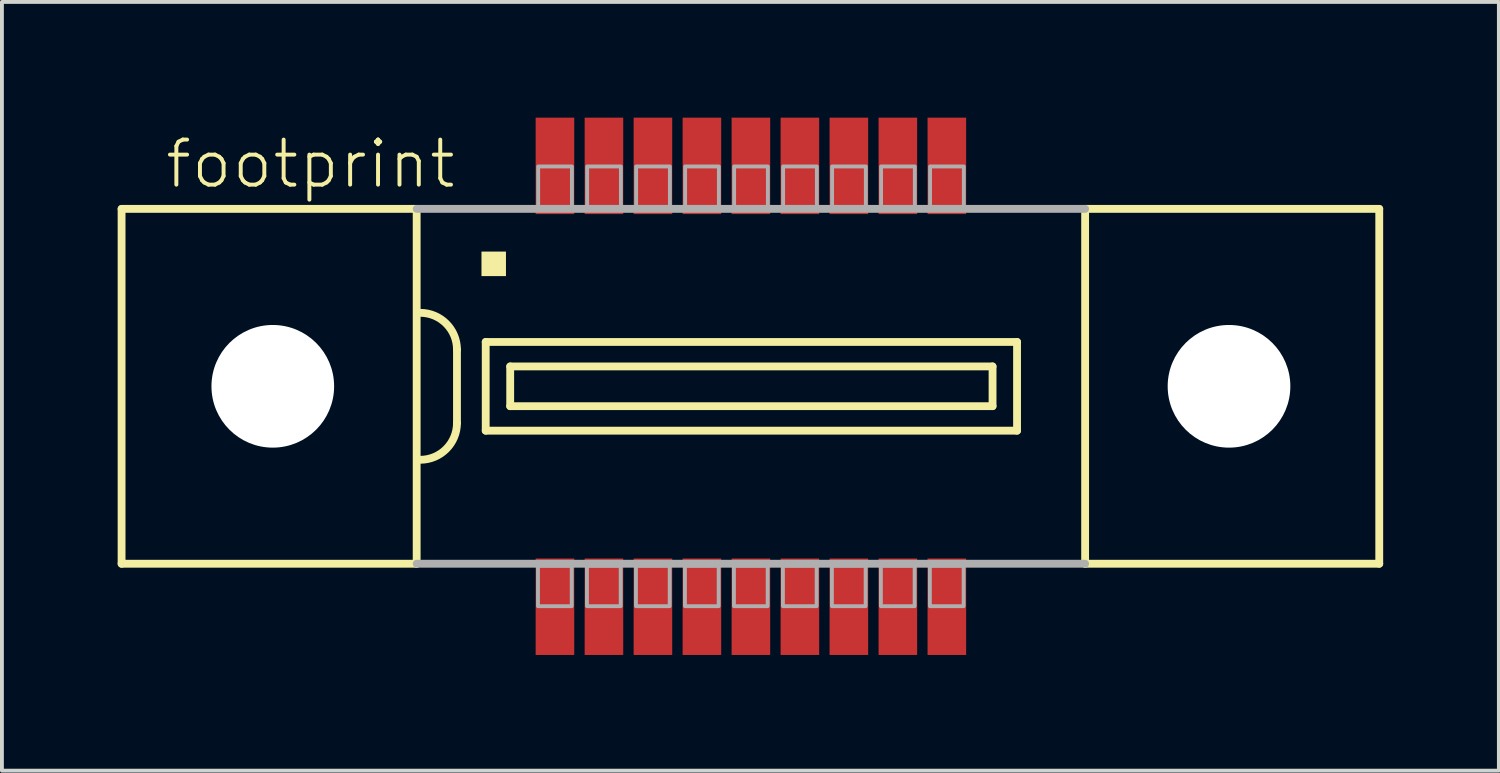
<source format=kicad_pcb>
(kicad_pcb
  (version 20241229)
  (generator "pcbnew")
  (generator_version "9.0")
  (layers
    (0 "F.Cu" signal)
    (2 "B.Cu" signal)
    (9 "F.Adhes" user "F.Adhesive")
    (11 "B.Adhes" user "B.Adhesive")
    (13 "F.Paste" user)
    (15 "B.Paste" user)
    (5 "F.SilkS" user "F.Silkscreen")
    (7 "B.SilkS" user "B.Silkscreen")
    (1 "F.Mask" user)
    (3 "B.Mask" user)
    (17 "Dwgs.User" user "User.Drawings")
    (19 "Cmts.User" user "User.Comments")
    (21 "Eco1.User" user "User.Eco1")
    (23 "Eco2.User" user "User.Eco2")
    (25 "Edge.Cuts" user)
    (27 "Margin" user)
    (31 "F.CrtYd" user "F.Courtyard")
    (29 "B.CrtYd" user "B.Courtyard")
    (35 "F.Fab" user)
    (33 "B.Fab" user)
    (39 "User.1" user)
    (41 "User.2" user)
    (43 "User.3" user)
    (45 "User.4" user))
  (footprint "footprint"
    (layer "F.Cu")
    (at 16.417 6.965)
    (property "Reference" "footprint" (at -15.24 -5.08 0) (layer "F.SilkS") (effects (font (size 1.168 1.168) (thickness 0.102)) (justify left bottom)))
    (fp_line (start -16.315 -4.6) (end -16.315 4.6) (stroke (width 0.203) (type solid)) (layer "F.SilkS"))
    (fp_line (start -16.315 4.6) (end -8.665 4.6) (stroke (width 0.203) (type solid)) (layer "F.SilkS"))
    (fp_line (start -8.665 -4.6) (end -16.315 -4.6) (stroke (width 0.203) (type solid)) (layer "F.SilkS"))
    (fp_line (start -8.665 -4.6) (end -8.665 4.6) (stroke (width 0.203) (type solid)) (layer "F.SilkS"))
    (fp_line (start -7.62 -0.953) (end -7.62 0.953) (stroke (width 0.203) (type solid)) (layer "F.SilkS"))
    (fp_line (start -6.875 -1.15) (end -6.875 1.15) (stroke (width 0.203) (type solid)) (layer "F.SilkS"))
    (fp_line (start -6.875 1.15) (end 6.9 1.15) (stroke (width 0.203) (type solid)) (layer "F.SilkS"))
    (fp_line (start -6.24 -0.515) (end -6.24 0.515) (stroke (width 0.203) (type solid)) (layer "F.SilkS"))
    (fp_line (start -6.24 0.515) (end 6.265 0.515) (stroke (width 0.203) (type solid)) (layer "F.SilkS"))
    (fp_line (start 6.265 -0.515) (end -6.24 -0.515) (stroke (width 0.203) (type solid)) (layer "F.SilkS"))
    (fp_line (start 6.265 0.515) (end 6.265 -0.515) (stroke (width 0.203) (type solid)) (layer "F.SilkS"))
    (fp_line (start 6.9 -1.15) (end -6.875 -1.15) (stroke (width 0.203) (type solid)) (layer "F.SilkS"))
    (fp_line (start 6.9 1.15) (end 6.9 -1.15) (stroke (width 0.203) (type solid)) (layer "F.SilkS"))
    (fp_line (start 8.665 4.6) (end 8.665 -4.6) (stroke (width 0.203) (type solid)) (layer "F.SilkS"))
    (fp_line (start 8.665 4.6) (end 16.29 4.6) (stroke (width 0.203) (type solid)) (layer "F.SilkS"))
    (fp_line (start 16.29 -4.6) (end 8.665 -4.6) (stroke (width 0.203) (type solid)) (layer "F.SilkS"))
    (fp_line (start 16.29 4.6) (end 16.29 -4.6) (stroke (width 0.203) (type solid)) (layer "F.SilkS"))
    (fp_arc (start -8.5725 -1.905) (mid -7.898981 -1.626019) (end -7.62 -0.9525) (stroke (width 0.2032) (type solid)) (layer "F.SilkS"))
    (fp_arc (start -7.62 0.9525) (mid -7.89901 1.625989) (end -8.572499 1.904999) (stroke (width 0.2032) (type solid)) (layer "F.SilkS"))
    (fp_poly (pts (xy -6.985 -2.857) (xy -6.35 -2.857) (xy -6.35 -3.493) (xy -6.985 -3.493)) (stroke (width 0) (type solid)) (fill yes) (layer "F.SilkS"))
    (fp_line (start -8.665 4.6) (end 8.665 4.6) (stroke (width 0.203) (type solid)) (layer "F.Fab"))
    (fp_line (start 8.665 -4.6) (end -8.665 -4.6) (stroke (width 0.203) (type solid)) (layer "F.Fab"))
    (fp_poly (pts (xy -5.515 -4.65) (xy -4.64 -4.65) (xy -4.64 -5.7) (xy -5.515 -5.7)) (stroke (width 0.1) (type solid)) (fill no) (layer "F.Fab"))
    (fp_poly (pts (xy -4.645 4.65) (xy -5.52 4.65) (xy -5.52 5.7) (xy -4.645 5.7)) (stroke (width 0.1) (type solid)) (fill no) (layer "F.Fab"))
    (fp_poly (pts (xy -4.245 -4.65) (xy -3.37 -4.65) (xy -3.37 -5.7) (xy -4.245 -5.7)) (stroke (width 0.1) (type solid)) (fill no) (layer "F.Fab"))
    (fp_poly (pts (xy -3.375 4.65) (xy -4.25 4.65) (xy -4.25 5.7) (xy -3.375 5.7)) (stroke (width 0.1) (type solid)) (fill no) (layer "F.Fab"))
    (fp_poly (pts (xy -2.975 -4.65) (xy -2.1 -4.65) (xy -2.1 -5.7) (xy -2.975 -5.7)) (stroke (width 0.1) (type solid)) (fill no) (layer "F.Fab"))
    (fp_poly (pts (xy -2.105 4.65) (xy -2.98 4.65) (xy -2.98 5.7) (xy -2.105 5.7)) (stroke (width 0.1) (type solid)) (fill no) (layer "F.Fab"))
    (fp_poly (pts (xy -1.705 -4.65) (xy -0.83 -4.65) (xy -0.83 -5.7) (xy -1.705 -5.7)) (stroke (width 0.1) (type solid)) (fill no) (layer "F.Fab"))
    (fp_poly (pts (xy -0.835 4.65) (xy -1.71 4.65) (xy -1.71 5.7) (xy -0.835 5.7)) (stroke (width 0.1) (type solid)) (fill no) (layer "F.Fab"))
    (fp_poly (pts (xy -0.435 -4.65) (xy 0.44 -4.65) (xy 0.44 -5.7) (xy -0.435 -5.7)) (stroke (width 0.1) (type solid)) (fill no) (layer "F.Fab"))
    (fp_poly (pts (xy 0.435 4.65) (xy -0.44 4.65) (xy -0.44 5.7) (xy 0.435 5.7)) (stroke (width 0.1) (type solid)) (fill no) (layer "F.Fab"))
    (fp_poly (pts (xy 0.835 -4.65) (xy 1.71 -4.65) (xy 1.71 -5.7) (xy 0.835 -5.7)) (stroke (width 0.1) (type solid)) (fill no) (layer "F.Fab"))
    (fp_poly (pts (xy 1.705 4.65) (xy 0.83 4.65) (xy 0.83 5.7) (xy 1.705 5.7)) (stroke (width 0.1) (type solid)) (fill no) (layer "F.Fab"))
    (fp_poly (pts (xy 2.105 -4.65) (xy 2.98 -4.65) (xy 2.98 -5.7) (xy 2.105 -5.7)) (stroke (width 0.1) (type solid)) (fill no) (layer "F.Fab"))
    (fp_poly (pts (xy 2.975 4.65) (xy 2.1 4.65) (xy 2.1 5.7) (xy 2.975 5.7)) (stroke (width 0.1) (type solid)) (fill no) (layer "F.Fab"))
    (fp_poly (pts (xy 3.375 -4.65) (xy 4.25 -4.65) (xy 4.25 -5.7) (xy 3.375 -5.7)) (stroke (width 0.1) (type solid)) (fill no) (layer "F.Fab"))
    (fp_poly (pts (xy 4.245 4.65) (xy 3.37 4.65) (xy 3.37 5.7) (xy 4.245 5.7)) (stroke (width 0.1) (type solid)) (fill no) (layer "F.Fab"))
    (fp_poly (pts (xy 4.645 -4.65) (xy 5.52 -4.65) (xy 5.52 -5.7) (xy 4.645 -5.7)) (stroke (width 0.1) (type solid)) (fill no) (layer "F.Fab"))
    (fp_poly (pts (xy 5.515 4.65) (xy 4.64 4.65) (xy 4.64 5.7) (xy 5.515 5.7)) (stroke (width 0.1) (type solid)) (fill no) (layer "F.Fab"))
    (pad "" np_thru_hole circle (at -12.395 0) (size 3.18 3.18) (drill 3.18) (layers "*.Cu" "*.Mask"))
    (pad "" np_thru_hole circle (at 12.395 0) (size 3.18 3.18) (drill 3.18) (layers "*.Cu" "*.Mask"))
    (pad "1" smd rect (at -5.08 -5.715) (size 1 2.5) (layers "F.Cu" "F.Mask" "F.Paste"))
    (pad "2" smd rect (at -3.81 -5.715) (size 1 2.5) (layers "F.Cu" "F.Mask" "F.Paste"))
    (pad "3" smd rect (at -2.54 -5.715) (size 1 2.5) (layers "F.Cu" "F.Mask" "F.Paste"))
    (pad "4" smd rect (at -1.27 -5.715) (size 1 2.5) (layers "F.Cu" "F.Mask" "F.Paste"))
    (pad "5" smd rect (at 0 -5.715) (size 1 2.5) (layers "F.Cu" "F.Mask" "F.Paste"))
    (pad "6" smd rect (at 1.27 -5.715) (size 1 2.5) (layers "F.Cu" "F.Mask" "F.Paste"))
    (pad "7" smd rect (at 2.54 -5.715) (size 1 2.5) (layers "F.Cu" "F.Mask" "F.Paste"))
    (pad "8" smd rect (at 3.81 -5.715) (size 1 2.5) (layers "F.Cu" "F.Mask" "F.Paste"))
    (pad "9" smd rect (at 5.08 -5.715) (size 1 2.5) (layers "F.Cu" "F.Mask" "F.Paste"))
    (pad "10" smd rect (at -5.08 5.715 180) (size 1 2.5) (layers "F.Cu" "F.Mask" "F.Paste"))
    (pad "11" smd rect (at -3.81 5.715) (size 1 2.5) (layers "F.Cu" "F.Mask" "F.Paste"))
    (pad "12" smd rect (at -2.54 5.715) (size 1 2.5) (layers "F.Cu" "F.Mask" "F.Paste"))
    (pad "13" smd rect (at -1.27 5.715) (size 1 2.5) (layers "F.Cu" "F.Mask" "F.Paste"))
    (pad "14" smd rect (at 0 5.715) (size 1 2.5) (layers "F.Cu" "F.Mask" "F.Paste"))
    (pad "15" smd rect (at 1.27 5.715) (size 1 2.5) (layers "F.Cu" "F.Mask" "F.Paste"))
    (pad "16" smd rect (at 2.54 5.715) (size 1 2.5) (layers "F.Cu" "F.Mask" "F.Paste"))
    (pad "17" smd rect (at 3.81 5.715) (size 1 2.5) (layers "F.Cu" "F.Mask" "F.Paste"))
    (pad "18" smd rect (at 5.08 5.715) (size 1 2.5) (layers "F.Cu" "F.Mask" "F.Paste")))
  (gr_rect
    (start -3 -3)
    (end 35.808 16.93)
    (stroke (width 0.1) (type default))
    (fill no)
    (layer "Edge.Cuts")))
</source>
